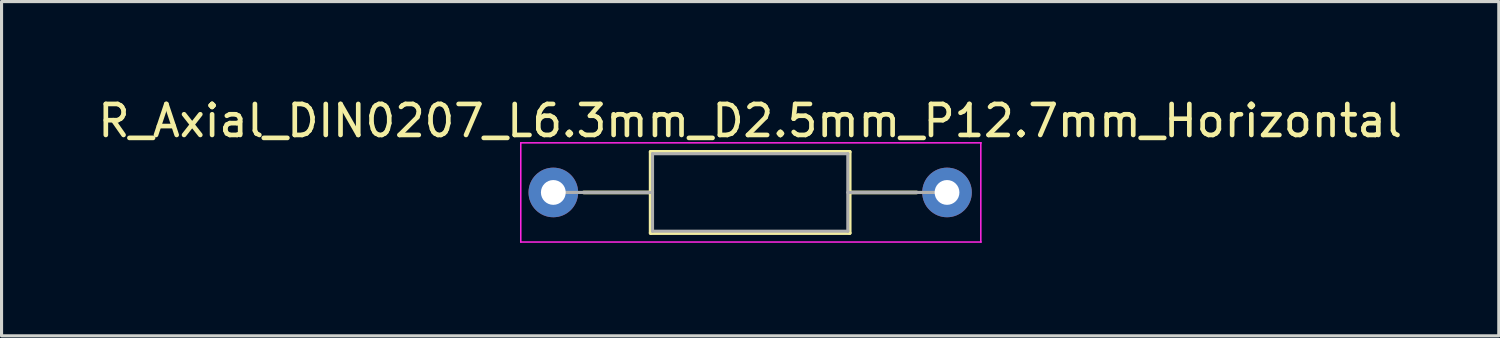
<source format=kicad_pcb>
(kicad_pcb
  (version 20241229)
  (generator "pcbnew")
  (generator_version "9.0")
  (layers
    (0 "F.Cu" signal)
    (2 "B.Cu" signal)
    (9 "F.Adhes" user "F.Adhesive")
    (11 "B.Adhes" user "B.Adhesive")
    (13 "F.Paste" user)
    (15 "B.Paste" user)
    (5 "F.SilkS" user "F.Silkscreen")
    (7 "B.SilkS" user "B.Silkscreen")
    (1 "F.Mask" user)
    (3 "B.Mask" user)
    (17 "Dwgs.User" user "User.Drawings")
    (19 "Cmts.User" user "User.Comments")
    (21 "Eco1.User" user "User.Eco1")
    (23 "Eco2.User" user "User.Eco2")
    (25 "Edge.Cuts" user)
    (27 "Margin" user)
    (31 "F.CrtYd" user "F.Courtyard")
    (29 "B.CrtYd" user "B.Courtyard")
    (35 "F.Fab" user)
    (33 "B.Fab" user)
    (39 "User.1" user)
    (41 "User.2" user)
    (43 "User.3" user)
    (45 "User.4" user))
  (footprint "R_Axial_DIN0207_L6.3mm_D2.5mm_P12.7mm_Horizontal"
    (layer "F.Cu")
    (at 14.799 3.158)
    (property "Reference" "R_Axial_DIN0207_L6.3mm_D2.5mm_P12.7mm_Horizontal" (at 6.35 -2.31 0) (layer "F.SilkS") (effects (font (size 1 1) (thickness 0.15))))
    (attr through_hole)
    (fp_line (start 0.98 0) (end 3.14 0) (stroke (width 0.12) (type solid)) (layer "F.SilkS"))
    (fp_line (start 3.14 -1.31) (end 3.14 1.31) (stroke (width 0.12) (type solid)) (layer "F.SilkS"))
    (fp_line (start 3.14 1.31) (end 9.56 1.31) (stroke (width 0.12) (type solid)) (layer "F.SilkS"))
    (fp_line (start 9.56 -1.31) (end 3.14 -1.31) (stroke (width 0.12) (type solid)) (layer "F.SilkS"))
    (fp_line (start 9.56 1.31) (end 9.56 -1.31) (stroke (width 0.12) (type solid)) (layer "F.SilkS"))
    (fp_line (start 11.72 0) (end 9.56 0) (stroke (width 0.12) (type solid)) (layer "F.SilkS"))
    (fp_line (start -1.05 -1.6) (end -1.05 1.6) (stroke (width 0.05) (type solid)) (layer "F.CrtYd"))
    (fp_line (start -1.05 1.6) (end 13.8 1.6) (stroke (width 0.05) (type solid)) (layer "F.CrtYd"))
    (fp_line (start 13.79 1.6) (end 13.79 -1.6) (stroke (width 0.05) (type solid)) (layer "F.CrtYd"))
    (fp_line (start 13.8 -1.6) (end -1.05 -1.6) (stroke (width 0.05) (type solid)) (layer "F.CrtYd"))
    (fp_line (start 0 0) (end 3.2 0) (stroke (width 0.1) (type solid)) (layer "F.Fab"))
    (fp_line (start 3.2 -1.25) (end 3.2 1.25) (stroke (width 0.1) (type solid)) (layer "F.Fab"))
    (fp_line (start 3.2 1.25) (end 9.5 1.25) (stroke (width 0.1) (type solid)) (layer "F.Fab"))
    (fp_line (start 9.5 -1.25) (end 3.2 -1.25) (stroke (width 0.1) (type solid)) (layer "F.Fab"))
    (fp_line (start 9.5 1.25) (end 9.5 -1.25) (stroke (width 0.1) (type solid)) (layer "F.Fab"))
    (fp_line (start 12.7 0) (end 9.5 0) (stroke (width 0.1) (type solid)) (layer "F.Fab"))
    (pad "1" thru_hole circle (at 0 0) (size 1.6 1.6) (drill 0.8) (layers "*.Cu" "*.Mask"))
    (pad "2" thru_hole oval (at 12.7 0) (size 1.6 1.6) (drill 0.8) (layers "*.Cu" "*.Mask")))
  (gr_rect
    (start -3 -3)
    (end 45.298 7.783)
    (stroke (width 0.1) (type default))
    (fill no)
    (layer "Edge.Cuts")))
</source>
